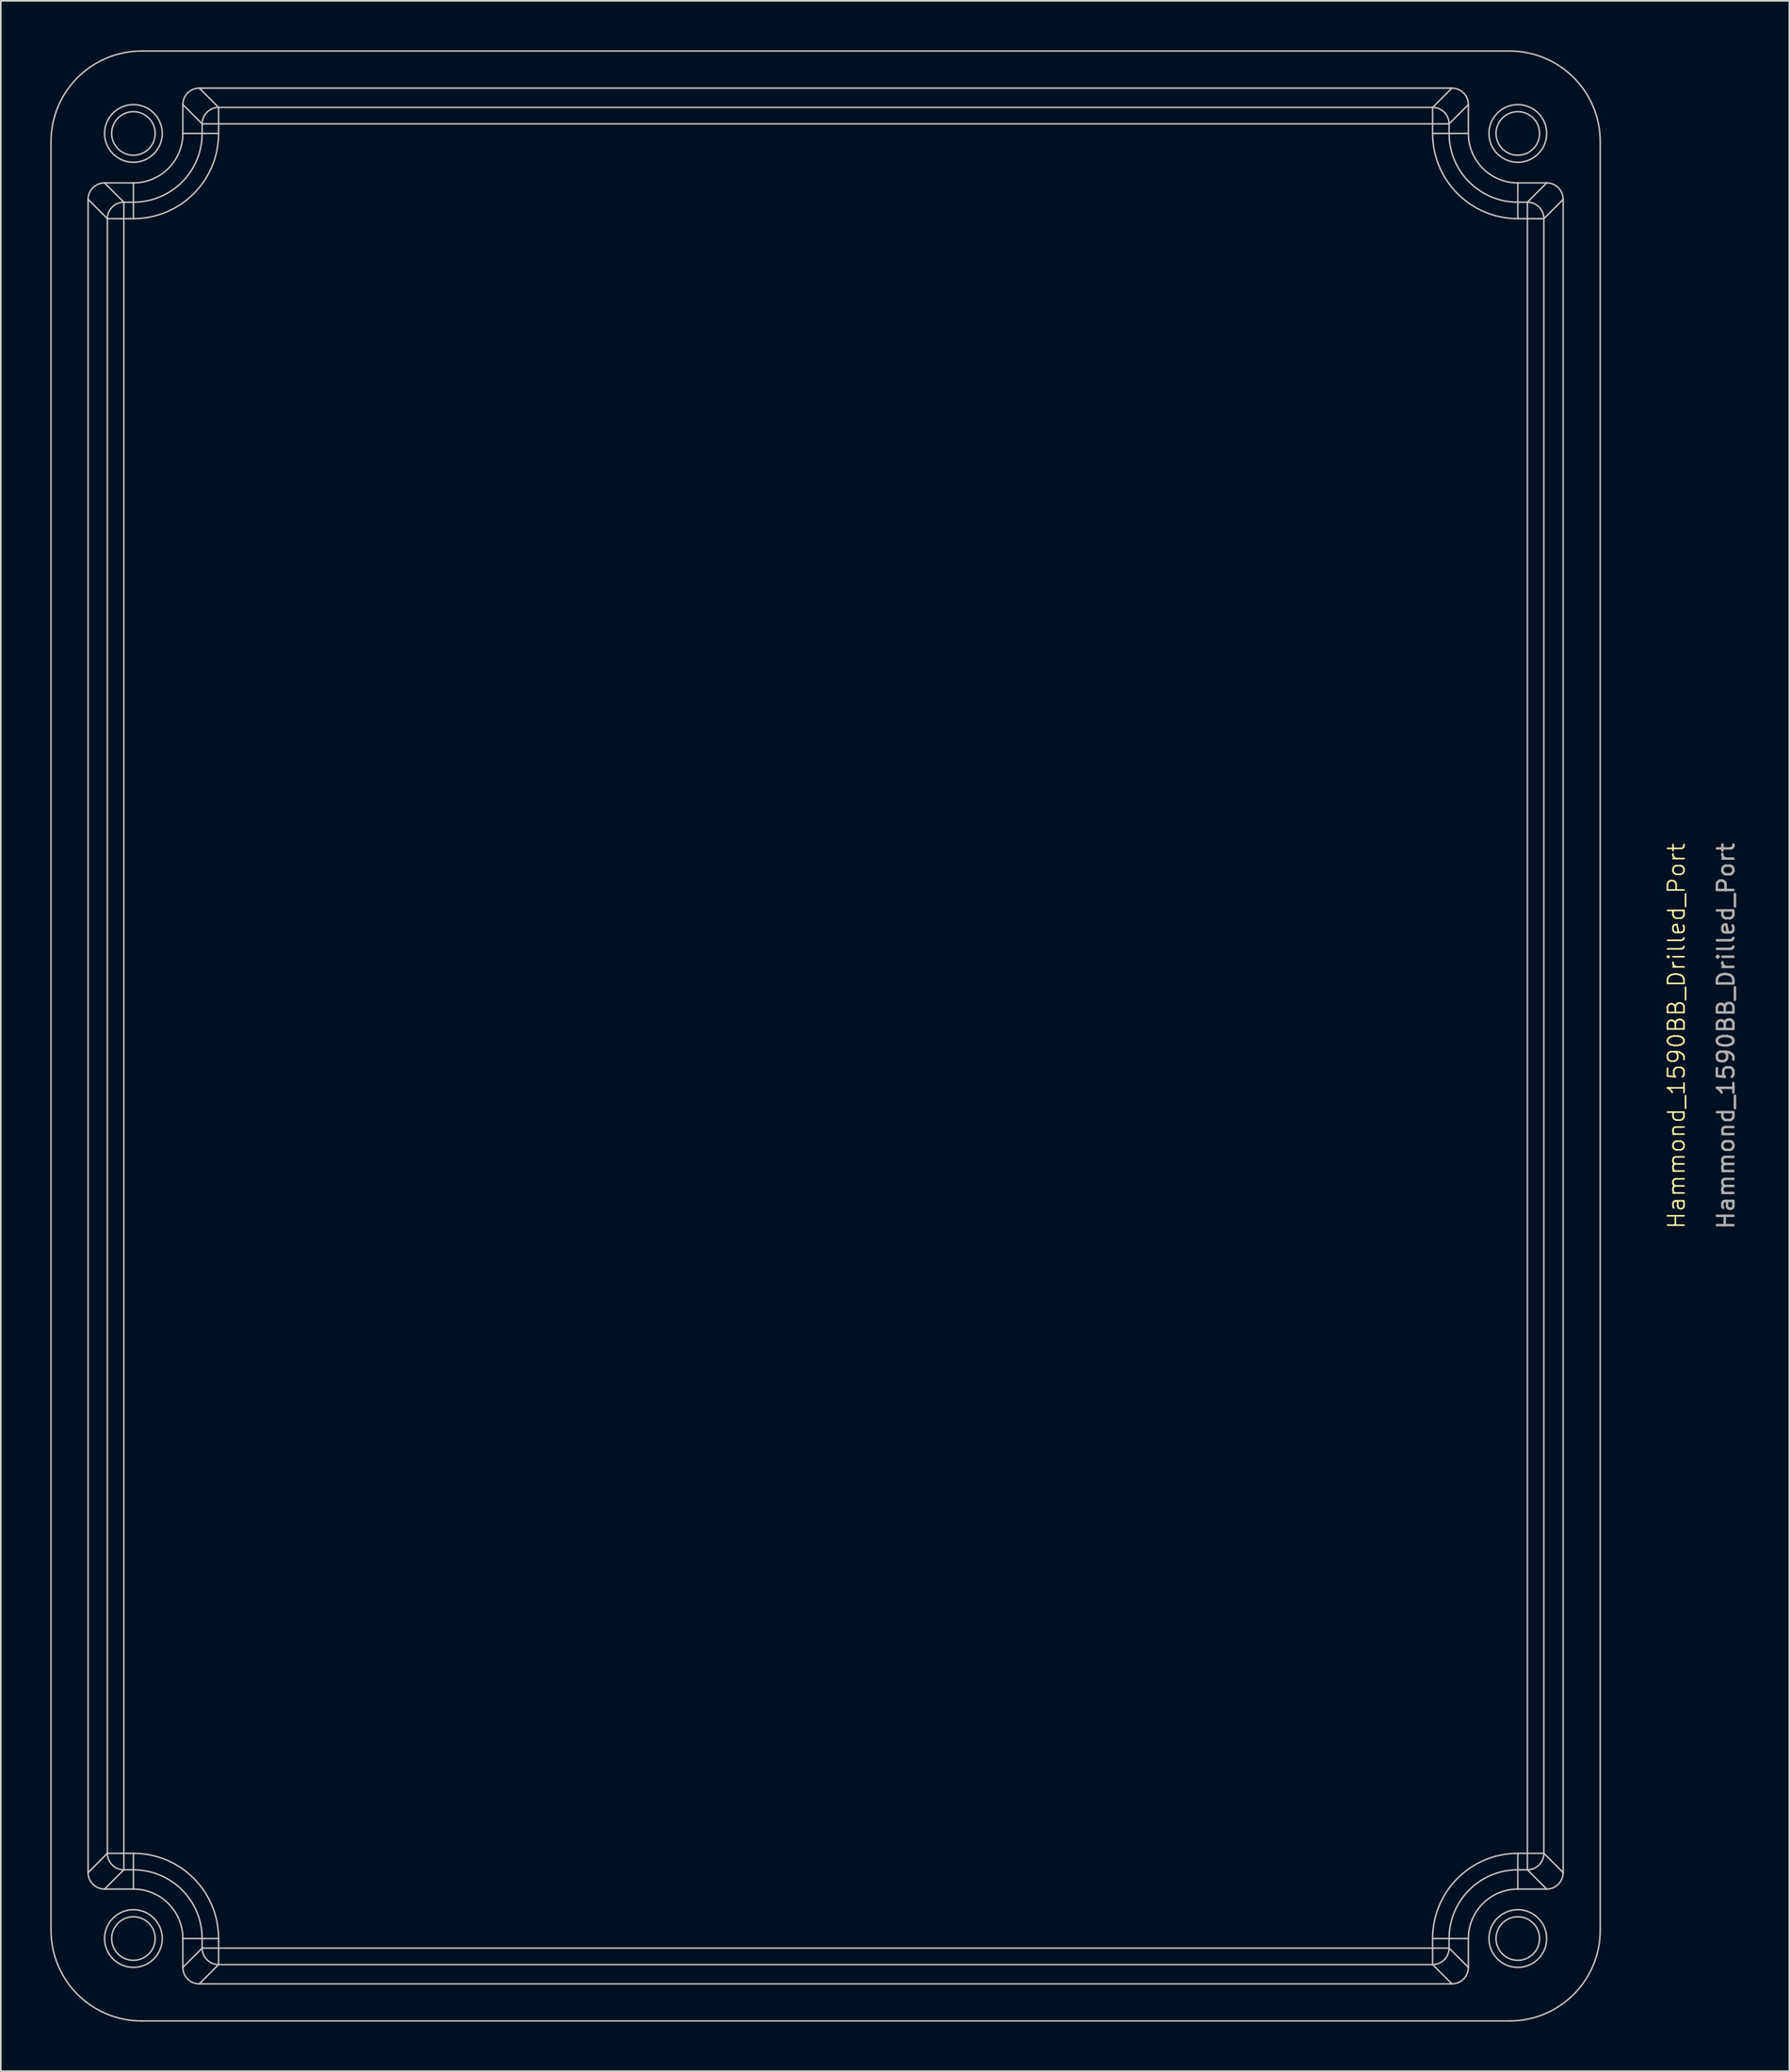
<source format=kicad_pcb>
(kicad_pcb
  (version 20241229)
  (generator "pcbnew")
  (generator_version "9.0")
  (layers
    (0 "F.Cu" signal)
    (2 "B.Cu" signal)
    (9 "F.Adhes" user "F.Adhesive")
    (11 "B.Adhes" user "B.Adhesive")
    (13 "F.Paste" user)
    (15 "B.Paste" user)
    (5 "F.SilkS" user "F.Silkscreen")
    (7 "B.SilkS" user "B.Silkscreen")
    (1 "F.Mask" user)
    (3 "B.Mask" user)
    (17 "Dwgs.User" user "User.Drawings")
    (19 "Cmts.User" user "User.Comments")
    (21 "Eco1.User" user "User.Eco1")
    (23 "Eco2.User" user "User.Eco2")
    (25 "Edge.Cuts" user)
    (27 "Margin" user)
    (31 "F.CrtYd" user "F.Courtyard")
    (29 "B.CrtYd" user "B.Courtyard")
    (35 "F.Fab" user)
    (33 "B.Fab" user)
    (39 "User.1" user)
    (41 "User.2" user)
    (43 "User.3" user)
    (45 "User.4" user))
  (footprint "Hammond_1590BB_Drilled_Port"
    (layer "F.Cu")
    (at 47.12 59.795)
    (property "Reference" "Hammond_1590BB_Drilled_Port" (at 51.55 0 90) (unlocked yes) (layer "F.SilkS") (effects (font (size 1 1) (thickness 0.1))))
    (fp_line (start -47.075 -54.25) (end -47.075 54.25) (stroke (width 0.09) (type solid)) (layer "Dwgs.User"))
    (fp_line (start -44.825 -50.751) (end -43.655 -49.581) (stroke (width 0.09) (type solid)) (layer "Dwgs.User"))
    (fp_line (start -44.825 50.751) (end -44.825 -50.751) (stroke (width 0.09) (type solid)) (layer "Dwgs.User"))
    (fp_line (start -43.826 -51.75) (end -42.075 -51.75) (stroke (width 0.09) (type solid)) (layer "Dwgs.User"))
    (fp_line (start -43.826 51.75) (end -42.656 50.58) (stroke (width 0.09) (type solid)) (layer "Dwgs.User"))
    (fp_line (start -43.655 -49.581) (end -43.655 49.581) (stroke (width 0.09) (type solid)) (layer "Dwgs.User"))
    (fp_line (start -43.655 -49.581) (end -42.656 -49.581) (stroke (width 0.09) (type solid)) (layer "Dwgs.User"))
    (fp_line (start -43.655 49.581) (end -44.825 50.751) (stroke (width 0.09) (type solid)) (layer "Dwgs.User"))
    (fp_line (start -42.656 -50.58) (end -43.826 -51.75) (stroke (width 0.09) (type solid)) (layer "Dwgs.User"))
    (fp_line (start -42.656 -49.581) (end -42.656 -50.58) (stroke (width 0.09) (type solid)) (layer "Dwgs.User"))
    (fp_line (start -42.656 -49.581) (end -42.075 -49.581) (stroke (width 0.09) (type solid)) (layer "Dwgs.User"))
    (fp_line (start -42.656 49.581) (end -43.655 49.581) (stroke (width 0.09) (type solid)) (layer "Dwgs.User"))
    (fp_line (start -42.656 49.581) (end -42.656 -49.581) (stroke (width 0.09) (type solid)) (layer "Dwgs.User"))
    (fp_line (start -42.656 50.58) (end -42.656 49.581) (stroke (width 0.09) (type solid)) (layer "Dwgs.User"))
    (fp_line (start -42.656 50.58) (end -42.075 50.58) (stroke (width 0.09) (type solid)) (layer "Dwgs.User"))
    (fp_line (start -42.075 -51.75) (end -42.075 -50.58) (stroke (width 0.09) (type solid)) (layer "Dwgs.User"))
    (fp_line (start -42.075 -50.58) (end -42.656 -50.58) (stroke (width 0.09) (type solid)) (layer "Dwgs.User"))
    (fp_line (start -42.075 -50.58) (end -42.075 -49.581) (stroke (width 0.09) (type solid)) (layer "Dwgs.User"))
    (fp_line (start -42.075 49.581) (end -42.656 49.581) (stroke (width 0.09) (type solid)) (layer "Dwgs.User"))
    (fp_line (start -42.075 49.581) (end -42.075 50.58) (stroke (width 0.09) (type solid)) (layer "Dwgs.User"))
    (fp_line (start -42.075 51.75) (end -43.826 51.75) (stroke (width 0.09) (type solid)) (layer "Dwgs.User"))
    (fp_line (start -42.075 51.75) (end -42.075 50.58) (stroke (width 0.09) (type solid)) (layer "Dwgs.User"))
    (fp_line (start -41.575 59.75) (end 41.425 59.75) (stroke (width 0.09) (type solid)) (layer "Dwgs.User"))
    (fp_line (start -39.075 -56.501) (end -37.905 -55.331) (stroke (width 0.09) (type solid)) (layer "Dwgs.User"))
    (fp_line (start -39.075 -54.75) (end -39.075 -56.501) (stroke (width 0.09) (type solid)) (layer "Dwgs.User"))
    (fp_line (start -39.075 -54.75) (end -37.905 -54.75) (stroke (width 0.09) (type solid)) (layer "Dwgs.User"))
    (fp_line (start -39.075 54.75) (end -37.905 54.75) (stroke (width 0.09) (type solid)) (layer "Dwgs.User"))
    (fp_line (start -39.075 56.501) (end -39.075 54.75) (stroke (width 0.09) (type solid)) (layer "Dwgs.User"))
    (fp_line (start -38.076 -57.5) (end 37.926 -57.5) (stroke (width 0.09) (type solid)) (layer "Dwgs.User"))
    (fp_line (start -38.076 57.5) (end -36.906 56.33) (stroke (width 0.09) (type solid)) (layer "Dwgs.User"))
    (fp_line (start -37.905 -55.331) (end -37.905 -54.75) (stroke (width 0.09) (type solid)) (layer "Dwgs.User"))
    (fp_line (start -37.905 -55.331) (end -36.906 -55.331) (stroke (width 0.09) (type solid)) (layer "Dwgs.User"))
    (fp_line (start -37.905 -54.75) (end -36.906 -54.75) (stroke (width 0.09) (type solid)) (layer "Dwgs.User"))
    (fp_line (start -37.905 54.75) (end -37.905 55.331) (stroke (width 0.09) (type solid)) (layer "Dwgs.User"))
    (fp_line (start -37.905 55.331) (end -39.075 56.501) (stroke (width 0.09) (type solid)) (layer "Dwgs.User"))
    (fp_line (start -36.906 -56.33) (end -38.076 -57.5) (stroke (width 0.09) (type solid)) (layer "Dwgs.User"))
    (fp_line (start -36.906 -55.331) (end -36.906 -56.33) (stroke (width 0.09) (type solid)) (layer "Dwgs.User"))
    (fp_line (start -36.906 -55.331) (end 36.756 -55.331) (stroke (width 0.09) (type solid)) (layer "Dwgs.User"))
    (fp_line (start -36.906 -54.75) (end -36.906 -55.331) (stroke (width 0.09) (type solid)) (layer "Dwgs.User"))
    (fp_line (start -36.906 54.75) (end -37.905 54.75) (stroke (width 0.09) (type solid)) (layer "Dwgs.User"))
    (fp_line (start -36.906 55.331) (end -37.905 55.331) (stroke (width 0.09) (type solid)) (layer "Dwgs.User"))
    (fp_line (start -36.906 55.331) (end -36.906 54.75) (stroke (width 0.09) (type solid)) (layer "Dwgs.User"))
    (fp_line (start -36.906 56.33) (end -36.906 55.331) (stroke (width 0.09) (type solid)) (layer "Dwgs.User"))
    (fp_line (start -36.906 56.33) (end 36.756 56.33) (stroke (width 0.09) (type solid)) (layer "Dwgs.User"))
    (fp_line (start 36.756 -56.33) (end -36.906 -56.33) (stroke (width 0.09) (type solid)) (layer "Dwgs.User"))
    (fp_line (start 36.756 -56.33) (end 36.756 -55.331) (stroke (width 0.09) (type solid)) (layer "Dwgs.User"))
    (fp_line (start 36.756 -55.331) (end 36.756 -54.75) (stroke (width 0.09) (type solid)) (layer "Dwgs.User"))
    (fp_line (start 36.756 -55.331) (end 37.755 -55.331) (stroke (width 0.09) (type solid)) (layer "Dwgs.User"))
    (fp_line (start 36.756 54.75) (end 36.756 55.331) (stroke (width 0.09) (type solid)) (layer "Dwgs.User"))
    (fp_line (start 36.756 54.75) (end 37.755 54.75) (stroke (width 0.09) (type solid)) (layer "Dwgs.User"))
    (fp_line (start 36.756 55.331) (end -36.906 55.331) (stroke (width 0.09) (type solid)) (layer "Dwgs.User"))
    (fp_line (start 36.756 55.331) (end 36.756 56.33) (stroke (width 0.09) (type solid)) (layer "Dwgs.User"))
    (fp_line (start 36.756 56.33) (end 37.926 57.5) (stroke (width 0.09) (type solid)) (layer "Dwgs.User"))
    (fp_line (start 37.755 -55.331) (end 38.925 -56.501) (stroke (width 0.09) (type solid)) (layer "Dwgs.User"))
    (fp_line (start 37.755 -54.75) (end 36.756 -54.75) (stroke (width 0.09) (type solid)) (layer "Dwgs.User"))
    (fp_line (start 37.755 -54.75) (end 37.755 -55.331) (stroke (width 0.09) (type solid)) (layer "Dwgs.User"))
    (fp_line (start 37.755 55.331) (end 36.756 55.331) (stroke (width 0.09) (type solid)) (layer "Dwgs.User"))
    (fp_line (start 37.755 55.331) (end 37.755 54.75) (stroke (width 0.09) (type solid)) (layer "Dwgs.User"))
    (fp_line (start 37.926 -57.5) (end 36.756 -56.33) (stroke (width 0.09) (type solid)) (layer "Dwgs.User"))
    (fp_line (start 37.926 57.5) (end -38.076 57.5) (stroke (width 0.09) (type solid)) (layer "Dwgs.User"))
    (fp_line (start 38.925 -56.501) (end 38.925 -54.75) (stroke (width 0.09) (type solid)) (layer "Dwgs.User"))
    (fp_line (start 38.925 -54.75) (end 37.755 -54.75) (stroke (width 0.09) (type solid)) (layer "Dwgs.User"))
    (fp_line (start 38.925 54.75) (end 37.755 54.75) (stroke (width 0.09) (type solid)) (layer "Dwgs.User"))
    (fp_line (start 38.925 54.75) (end 38.925 56.501) (stroke (width 0.09) (type solid)) (layer "Dwgs.User"))
    (fp_line (start 38.925 56.501) (end 37.755 55.331) (stroke (width 0.09) (type solid)) (layer "Dwgs.User"))
    (fp_line (start 41.425 -59.75) (end -41.575 -59.75) (stroke (width 0.09) (type solid)) (layer "Dwgs.User"))
    (fp_line (start 41.925 -51.75) (end 41.925 -50.58) (stroke (width 0.09) (type solid)) (layer "Dwgs.User"))
    (fp_line (start 41.925 -51.75) (end 43.676 -51.75) (stroke (width 0.09) (type solid)) (layer "Dwgs.User"))
    (fp_line (start 41.925 -50.58) (end 41.925 -49.581) (stroke (width 0.09) (type solid)) (layer "Dwgs.User"))
    (fp_line (start 41.925 -49.581) (end 42.506 -49.581) (stroke (width 0.09) (type solid)) (layer "Dwgs.User"))
    (fp_line (start 41.925 49.581) (end 41.925 50.58) (stroke (width 0.09) (type solid)) (layer "Dwgs.User"))
    (fp_line (start 41.925 50.58) (end 42.506 50.58) (stroke (width 0.09) (type solid)) (layer "Dwgs.User"))
    (fp_line (start 41.925 51.75) (end 41.925 50.58) (stroke (width 0.09) (type solid)) (layer "Dwgs.User"))
    (fp_line (start 42.506 -50.58) (end 41.925 -50.58) (stroke (width 0.09) (type solid)) (layer "Dwgs.User"))
    (fp_line (start 42.506 -50.58) (end 42.506 -49.581) (stroke (width 0.09) (type solid)) (layer "Dwgs.User"))
    (fp_line (start 42.506 -49.581) (end 42.506 49.581) (stroke (width 0.09) (type solid)) (layer "Dwgs.User"))
    (fp_line (start 42.506 -49.581) (end 43.505 -49.581) (stroke (width 0.09) (type solid)) (layer "Dwgs.User"))
    (fp_line (start 42.506 49.581) (end 41.925 49.581) (stroke (width 0.09) (type solid)) (layer "Dwgs.User"))
    (fp_line (start 42.506 49.581) (end 42.506 50.58) (stroke (width 0.09) (type solid)) (layer "Dwgs.User"))
    (fp_line (start 42.506 50.58) (end 43.676 51.75) (stroke (width 0.09) (type solid)) (layer "Dwgs.User"))
    (fp_line (start 43.505 -49.581) (end 44.675 -50.751) (stroke (width 0.09) (type solid)) (layer "Dwgs.User"))
    (fp_line (start 43.505 49.581) (end 42.506 49.581) (stroke (width 0.09) (type solid)) (layer "Dwgs.User"))
    (fp_line (start 43.505 49.581) (end 43.505 -49.581) (stroke (width 0.09) (type solid)) (layer "Dwgs.User"))
    (fp_line (start 43.676 -51.75) (end 42.506 -50.58) (stroke (width 0.09) (type solid)) (layer "Dwgs.User"))
    (fp_line (start 43.676 51.75) (end 41.925 51.75) (stroke (width 0.09) (type solid)) (layer "Dwgs.User"))
    (fp_line (start 44.675 -50.751) (end 44.675 50.751) (stroke (width 0.09) (type solid)) (layer "Dwgs.User"))
    (fp_line (start 44.675 50.751) (end 43.505 49.581) (stroke (width 0.09) (type solid)) (layer "Dwgs.User"))
    (fp_line (start 46.925 54.25) (end 46.925 -54.25) (stroke (width 0.09) (type solid)) (layer "Dwgs.User"))
    (fp_arc (start -47.074715 -54.25) (mid -45.463814 -58.139101) (end -41.574715 -59.75) (stroke (width 0.09) (type solid)) (layer "Dwgs.User"))
    (fp_arc (start -42.074715 49.581117) (mid -38.419761 51.095046) (end -36.905832 54.75) (stroke (width 0.09) (type solid)) (layer "Dwgs.User"))
    (fp_arc (start -42.074715 50.580166) (mid -39.126195 51.80148) (end -37.90488 54.75) (stroke (width 0.09) (type solid)) (layer "Dwgs.User"))
    (fp_arc (start -42.074715 51.75) (mid -39.953393 52.628678) (end -39.074715 54.75) (stroke (width 0.09) (type solid)) (layer "Dwgs.User"))
    (fp_arc (start -41.574715 59.75) (mid -45.463791 58.139076) (end -47.074715 54.25) (stroke (width 0.09) (type solid)) (layer "Dwgs.User"))
    (fp_arc (start -39.074715 -54.75) (mid -39.95336 -52.62862) (end -42.074715 -51.75) (stroke (width 0.09) (type solid)) (layer "Dwgs.User"))
    (fp_arc (start -37.90488 -54.75) (mid -39.126162 -51.801422) (end -42.074715 -50.580165) (stroke (width 0.09) (type solid)) (layer "Dwgs.User"))
    (fp_arc (start -36.905832 -54.75) (mid -38.419775 -51.095061) (end -42.074715 -49.581117) (stroke (width 0.09) (type solid)) (layer "Dwgs.User"))
    (fp_arc (start 36.756402 54.75) (mid 38.270329 51.095044) (end 41.925285 49.581117) (stroke (width 0.09) (type solid)) (layer "Dwgs.User"))
    (fp_arc (start 37.755451 54.75) (mid 38.976764 51.801479) (end 41.925285 50.580166) (stroke (width 0.09) (type solid)) (layer "Dwgs.User"))
    (fp_arc (start 38.925285 54.75) (mid 39.803961 52.628676) (end 41.925285 51.75) (stroke (width 0.09) (type solid)) (layer "Dwgs.User"))
    (fp_arc (start 41.425285 -59.75) (mid 45.314381 -58.139097) (end 46.925285 -54.25) (stroke (width 0.09) (type solid)) (layer "Dwgs.User"))
    (fp_arc (start 41.925285 -51.75) (mid 39.803974 -52.628685) (end 38.925285 -54.75) (stroke (width 0.09) (type solid)) (layer "Dwgs.User"))
    (fp_arc (start 41.925285 -50.580165) (mid 38.976776 -51.801487) (end 37.755451 -54.75) (stroke (width 0.09) (type solid)) (layer "Dwgs.User"))
    (fp_arc (start 41.925285 -49.581117) (mid 38.270341 -51.095058) (end 36.756402 -54.75) (stroke (width 0.09) (type solid)) (layer "Dwgs.User"))
    (fp_arc (start 46.925285 54.25) (mid 45.314368 58.139083) (end 41.425285 59.75) (stroke (width 0.09) (type solid)) (layer "Dwgs.User"))
    (fp_circle (center -42.075 -54.75) (end -42.075 -53.429) (stroke (width 0.09) (type solid)) (fill no) (layer "Dwgs.User"))
    (fp_circle (center -42.075 -54.75) (end -42.075 -53) (stroke (width 0.09) (type solid)) (fill no) (layer "Dwgs.User"))
    (fp_circle (center -42.075 54.75) (end -42.075 56.071) (stroke (width 0.09) (type solid)) (fill no) (layer "Dwgs.User"))
    (fp_circle (center -42.075 54.75) (end -42.075 56.5) (stroke (width 0.09) (type solid)) (fill no) (layer "Dwgs.User"))
    (fp_circle (center 41.925 -54.75) (end 41.925 -53.429) (stroke (width 0.09) (type solid)) (fill no) (layer "Dwgs.User"))
    (fp_circle (center 41.925 -54.75) (end 41.925 -53) (stroke (width 0.09) (type solid)) (fill no) (layer "Dwgs.User"))
    (fp_circle (center 41.925 54.75) (end 41.925 56.071) (stroke (width 0.09) (type solid)) (fill no) (layer "Dwgs.User"))
    (fp_circle (center 41.925 54.75) (end 41.925 56.5) (stroke (width 0.09) (type solid)) (fill no) (layer "Dwgs.User"))
    (fp_curve (pts (xy -44.825 50.751) (xy -44.825 51.303) (xy -44.378 51.75) (xy -43.826 51.75)) (stroke (width 0.09) (type solid)) (layer "Dwgs.User"))
    (fp_curve (pts (xy -43.826 -51.75) (xy -44.378 -51.75) (xy -44.825 -51.303) (xy -44.825 -50.751)) (stroke (width 0.09) (type solid)) (layer "Dwgs.User"))
    (fp_curve (pts (xy -43.655 49.581) (xy -43.654 50.132) (xy -43.207 50.579) (xy -42.656 50.58)) (stroke (width 0.09) (type solid)) (layer "Dwgs.User"))
    (fp_curve (pts (xy -42.656 -50.58) (xy -43.207 -50.579) (xy -43.654 -50.132) (xy -43.655 -49.581)) (stroke (width 0.09) (type solid)) (layer "Dwgs.User"))
    (fp_curve (pts (xy -39.075 56.501) (xy -39.075 57.053) (xy -38.628 57.5) (xy -38.076 57.5)) (stroke (width 0.09) (type solid)) (layer "Dwgs.User"))
    (fp_curve (pts (xy -38.076 -57.5) (xy -38.628 -57.5) (xy -39.075 -57.053) (xy -39.075 -56.501)) (stroke (width 0.09) (type solid)) (layer "Dwgs.User"))
    (fp_curve (pts (xy -37.905 55.331) (xy -37.904 55.882) (xy -37.457 56.329) (xy -36.906 56.33)) (stroke (width 0.09) (type solid)) (layer "Dwgs.User"))
    (fp_curve (pts (xy -36.906 -56.33) (xy -37.457 -56.329) (xy -37.904 -55.882) (xy -37.905 -55.331)) (stroke (width 0.09) (type solid)) (layer "Dwgs.User"))
    (fp_curve (pts (xy 36.756 56.33) (xy 37.307 56.329) (xy 37.754 55.882) (xy 37.755 55.331)) (stroke (width 0.09) (type solid)) (layer "Dwgs.User"))
    (fp_curve (pts (xy 37.755 -55.331) (xy 37.754 -55.882) (xy 37.307 -56.329) (xy 36.756 -56.33)) (stroke (width 0.09) (type solid)) (layer "Dwgs.User"))
    (fp_curve (pts (xy 37.926 57.5) (xy 38.478 57.5) (xy 38.925 57.053) (xy 38.925 56.501)) (stroke (width 0.09) (type solid)) (layer "Dwgs.User"))
    (fp_curve (pts (xy 38.925 -56.501) (xy 38.925 -57.053) (xy 38.478 -57.5) (xy 37.926 -57.5)) (stroke (width 0.09) (type solid)) (layer "Dwgs.User"))
    (fp_curve (pts (xy 42.506 50.58) (xy 43.057 50.579) (xy 43.504 50.132) (xy 43.505 49.581)) (stroke (width 0.09) (type solid)) (layer "Dwgs.User"))
    (fp_curve (pts (xy 43.505 -49.581) (xy 43.504 -50.132) (xy 43.057 -50.579) (xy 42.506 -50.58)) (stroke (width 0.09) (type solid)) (layer "Dwgs.User"))
    (fp_curve (pts (xy 43.676 51.75) (xy 44.228 51.75) (xy 44.675 51.303) (xy 44.675 50.751)) (stroke (width 0.09) (type solid)) (layer "Dwgs.User"))
    (fp_curve (pts (xy 44.675 -50.751) (xy 44.675 -51.303) (xy 44.228 -51.75) (xy 43.676 -51.75)) (stroke (width 0.09) (type solid)) (layer "Dwgs.User"))
    (fp_text user "${REFERENCE}" (at 54.55 0 90) (unlocked yes) (layer "F.Fab") (effects (font (size 1 1) (thickness 0.15)))))
  (gr_rect
    (start -3 -3)
    (end 105.518 122.59)
    (stroke (width 0.1) (type default))
    (fill no)
    (layer "Edge.Cuts")))
</source>
